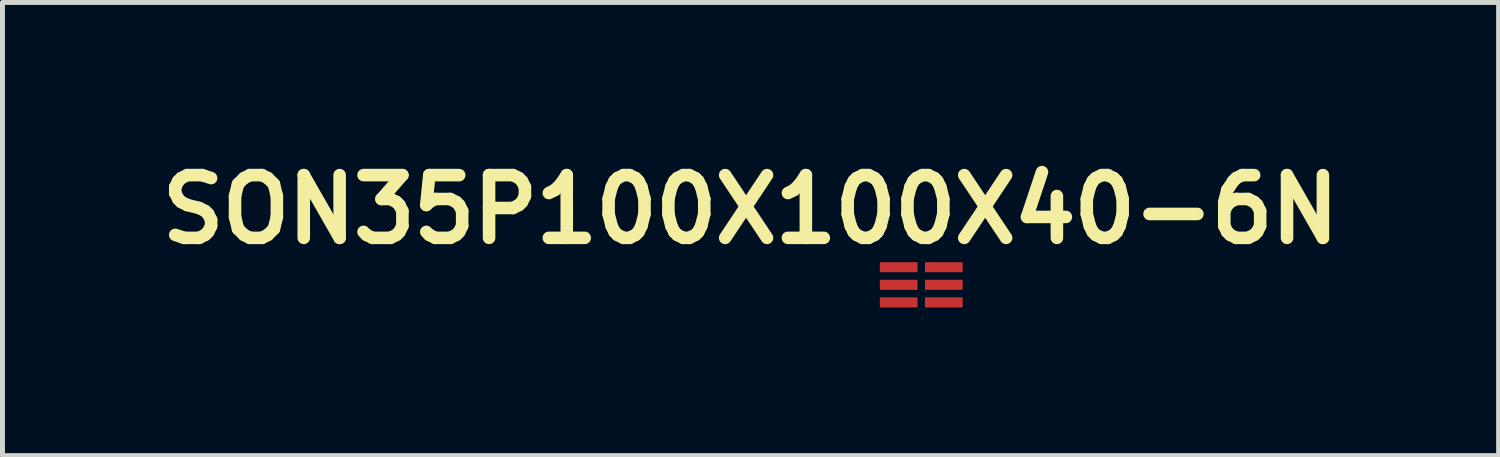
<source format=kicad_pcb>
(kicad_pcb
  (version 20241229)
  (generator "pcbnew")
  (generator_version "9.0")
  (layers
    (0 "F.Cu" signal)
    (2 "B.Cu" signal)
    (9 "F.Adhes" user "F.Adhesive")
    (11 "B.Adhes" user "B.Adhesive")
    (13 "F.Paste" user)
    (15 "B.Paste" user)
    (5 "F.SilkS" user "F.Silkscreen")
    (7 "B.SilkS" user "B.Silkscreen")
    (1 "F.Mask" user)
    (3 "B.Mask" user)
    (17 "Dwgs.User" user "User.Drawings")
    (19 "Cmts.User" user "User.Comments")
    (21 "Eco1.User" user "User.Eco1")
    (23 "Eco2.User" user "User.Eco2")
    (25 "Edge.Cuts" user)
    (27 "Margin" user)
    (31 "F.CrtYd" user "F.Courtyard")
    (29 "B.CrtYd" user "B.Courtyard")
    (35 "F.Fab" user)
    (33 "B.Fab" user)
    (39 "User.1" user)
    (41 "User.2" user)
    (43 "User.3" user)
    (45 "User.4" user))
  (footprint "SON35P100X100X40-6N"
    (layer "F.Cu")
    (at 15.592 2.713)
    (property "Reference" "SON35P100X100X40-6N" (at -3.454 -1.524 0) (layer "F.SilkS") (effects (font (size 1.27 1.27) (thickness 0.254))))
    (attr smd)
    (pad "1" smd rect (at -0.457 -0.356 90) (size 0.203 0.762) (layers "F.Cu" "F.Mask" "F.Paste"))
    (pad "2" smd rect (at -0.457 0 90) (size 0.203 0.762) (layers "F.Cu" "F.Mask" "F.Paste"))
    (pad "3" smd rect (at -0.457 0.356 90) (size 0.203 0.762) (layers "F.Cu" "F.Mask" "F.Paste"))
    (pad "4" smd rect (at 0.457 0.356 90) (size 0.203 0.762) (layers "F.Cu" "F.Mask" "F.Paste"))
    (pad "5" smd rect (at 0.457 0 90) (size 0.203 0.762) (layers "F.Cu" "F.Mask" "F.Paste"))
    (pad "6" smd rect (at 0.457 -0.356 90) (size 0.203 0.762) (layers "F.Cu" "F.Mask" "F.Paste")))
  (gr_rect
    (start -3 -3)
    (end 27.275 6.17)
    (stroke (width 0.1) (type default))
    (fill no)
    (layer "Edge.Cuts")))
</source>
